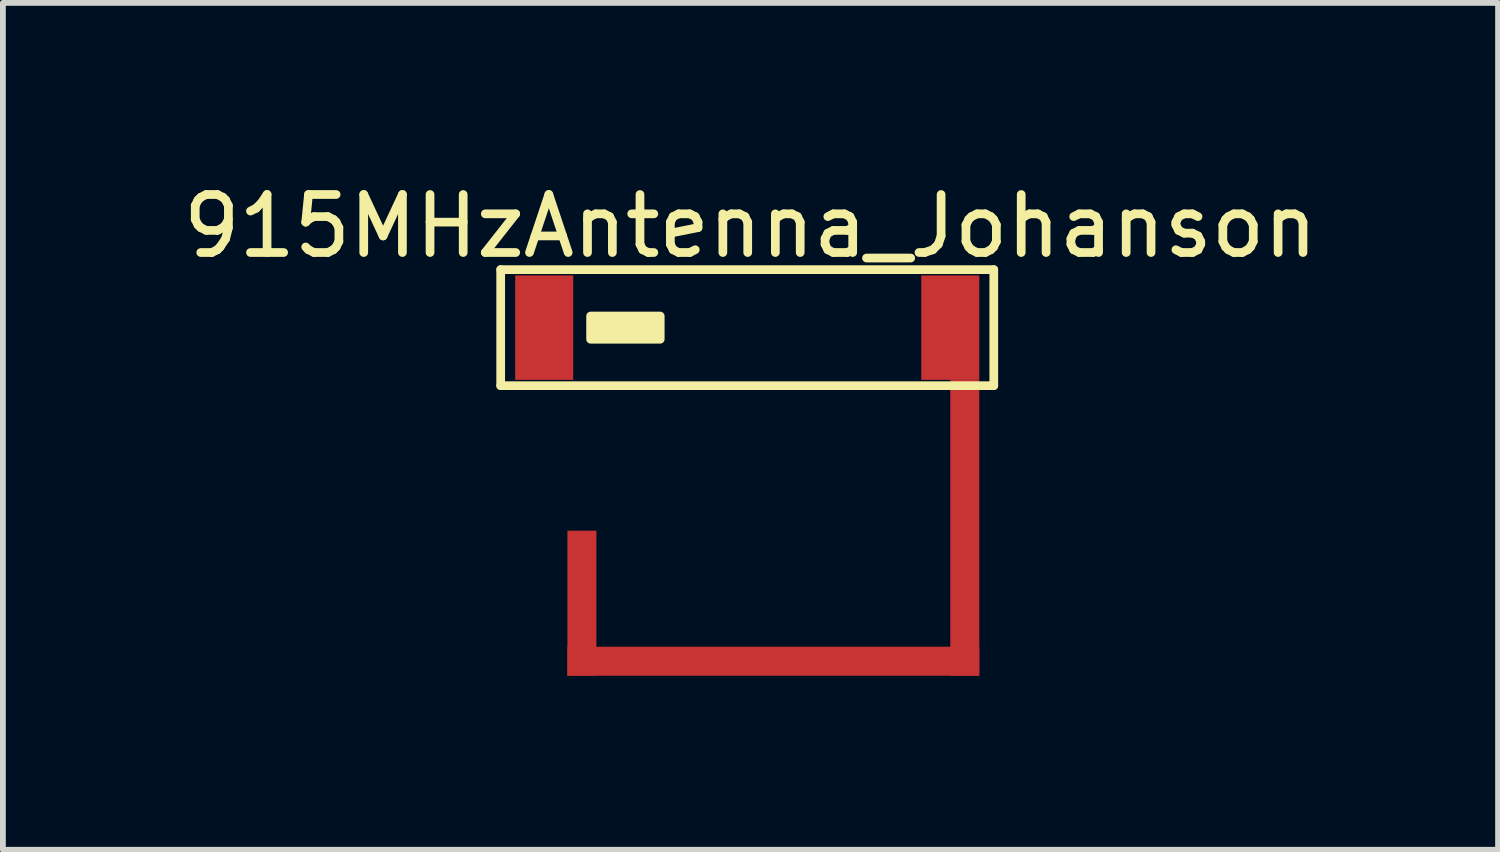
<source format=kicad_pcb>
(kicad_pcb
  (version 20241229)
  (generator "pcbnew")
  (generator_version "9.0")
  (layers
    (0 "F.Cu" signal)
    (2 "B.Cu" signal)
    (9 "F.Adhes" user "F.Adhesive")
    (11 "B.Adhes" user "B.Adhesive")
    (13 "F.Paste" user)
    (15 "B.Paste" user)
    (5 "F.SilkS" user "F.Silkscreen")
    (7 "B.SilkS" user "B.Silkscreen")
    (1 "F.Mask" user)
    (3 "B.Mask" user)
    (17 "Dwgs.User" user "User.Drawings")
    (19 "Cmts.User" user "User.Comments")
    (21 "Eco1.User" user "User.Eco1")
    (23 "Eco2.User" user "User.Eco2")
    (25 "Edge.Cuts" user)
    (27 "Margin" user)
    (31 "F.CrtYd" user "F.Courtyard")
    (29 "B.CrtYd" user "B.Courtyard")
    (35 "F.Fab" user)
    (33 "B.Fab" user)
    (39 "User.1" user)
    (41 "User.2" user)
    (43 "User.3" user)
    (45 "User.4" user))
  (footprint "915MHzAntenna_Johanson"
    (layer "F.Cu")
    (at 6.331 2.598)
    (property "Reference" "915MHzAntenna_Johanson" (at 3.556 -1.75 0) (layer "F.SilkS") (effects (font (size 1 1) (thickness 0.15))))
    (attr through_hole)
    (fp_line (start -0.75 -1) (end 7.75 -1) (stroke (width 0.15) (type solid)) (layer "F.SilkS"))
    (fp_line (start -0.75 1) (end -0.75 -1) (stroke (width 0.15) (type solid)) (layer "F.SilkS"))
    (fp_line (start 7.75 -1) (end 7.75 1) (stroke (width 0.15) (type solid)) (layer "F.SilkS"))
    (fp_line (start 7.75 1) (end -0.75 1) (stroke (width 0.15) (type solid)) (layer "F.SilkS"))
    (fp_poly (pts (xy 0.8 -0.2) (xy 2 -0.2) (xy 2 0.2) (xy 0.8 0.2)) (stroke (width 0.15) (type solid)) (fill yes) (layer "F.SilkS"))
    (pad "1" smd rect (at 0 0) (size 1 1.8) (layers "F.Cu" "F.Mask" "F.Paste"))
    (pad "2" smd rect (at 0.65 4.75 90) (size 2.5 0.5) (layers "F.Cu" "F.Mask" "F.Paste"))
    (pad "2" smd rect (at 3.95 5.75 180) (size 7.1 0.5) (layers "F.Cu" "F.Mask" "F.Paste"))
    (pad "2" smd rect (at 7 0) (size 1 1.8) (layers "F.Cu" "F.Mask" "F.Paste"))
    (pad "2" smd rect (at 7.25 3.45) (size 0.5 5.1) (layers "F.Cu" "F.Mask" "F.Paste")))
  (gr_rect
    (start -3 -3)
    (end 22.774 11.598)
    (stroke (width 0.1) (type default))
    (fill no)
    (layer "Edge.Cuts")))
</source>
